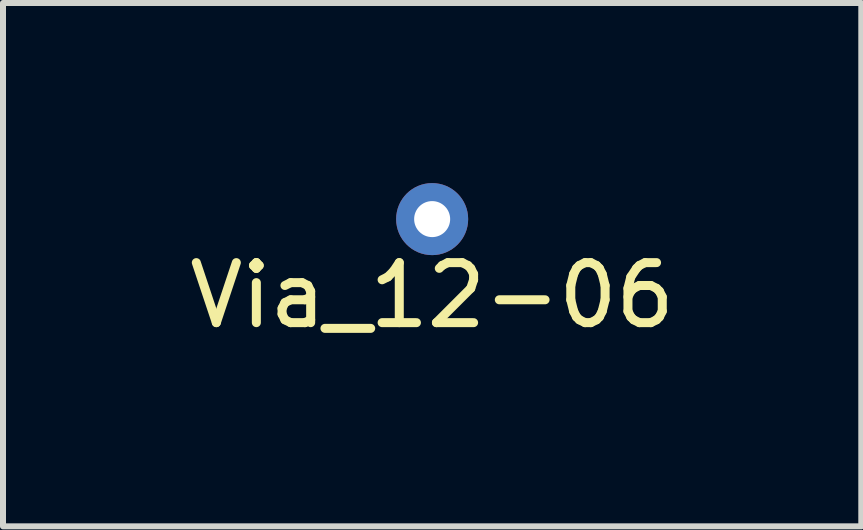
<source format=kicad_pcb>
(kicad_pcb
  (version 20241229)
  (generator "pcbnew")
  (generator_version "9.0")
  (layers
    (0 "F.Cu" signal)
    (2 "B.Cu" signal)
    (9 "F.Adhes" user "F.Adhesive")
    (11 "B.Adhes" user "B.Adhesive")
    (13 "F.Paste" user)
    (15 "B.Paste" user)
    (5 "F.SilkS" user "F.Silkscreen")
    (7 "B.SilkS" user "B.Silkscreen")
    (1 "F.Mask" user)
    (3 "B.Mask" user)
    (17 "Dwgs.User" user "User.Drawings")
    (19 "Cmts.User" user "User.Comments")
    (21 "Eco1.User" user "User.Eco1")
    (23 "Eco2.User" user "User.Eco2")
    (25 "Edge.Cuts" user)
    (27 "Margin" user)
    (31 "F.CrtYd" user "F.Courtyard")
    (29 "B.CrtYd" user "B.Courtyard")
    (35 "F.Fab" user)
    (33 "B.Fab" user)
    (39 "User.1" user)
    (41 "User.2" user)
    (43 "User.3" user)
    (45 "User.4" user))
  (footprint "Via_12-06"
    (layer "F.Cu")
    (at 4.149 0.6)
    (property "Reference" "Via_12-06" (at 0 1.27 0) (layer "F.SilkS") (effects (font (size 1 1) (thickness 0.15))))
    (attr through_hole)
    (pad "1" thru_hole circle (at 0 0) (size 1.2 1.2) (drill 0.6) (layers "*.Cu")))
  (gr_rect
    (start -3 -3)
    (end 11.298 5.718)
    (stroke (width 0.1) (type default))
    (fill no)
    (layer "Edge.Cuts")))
</source>
